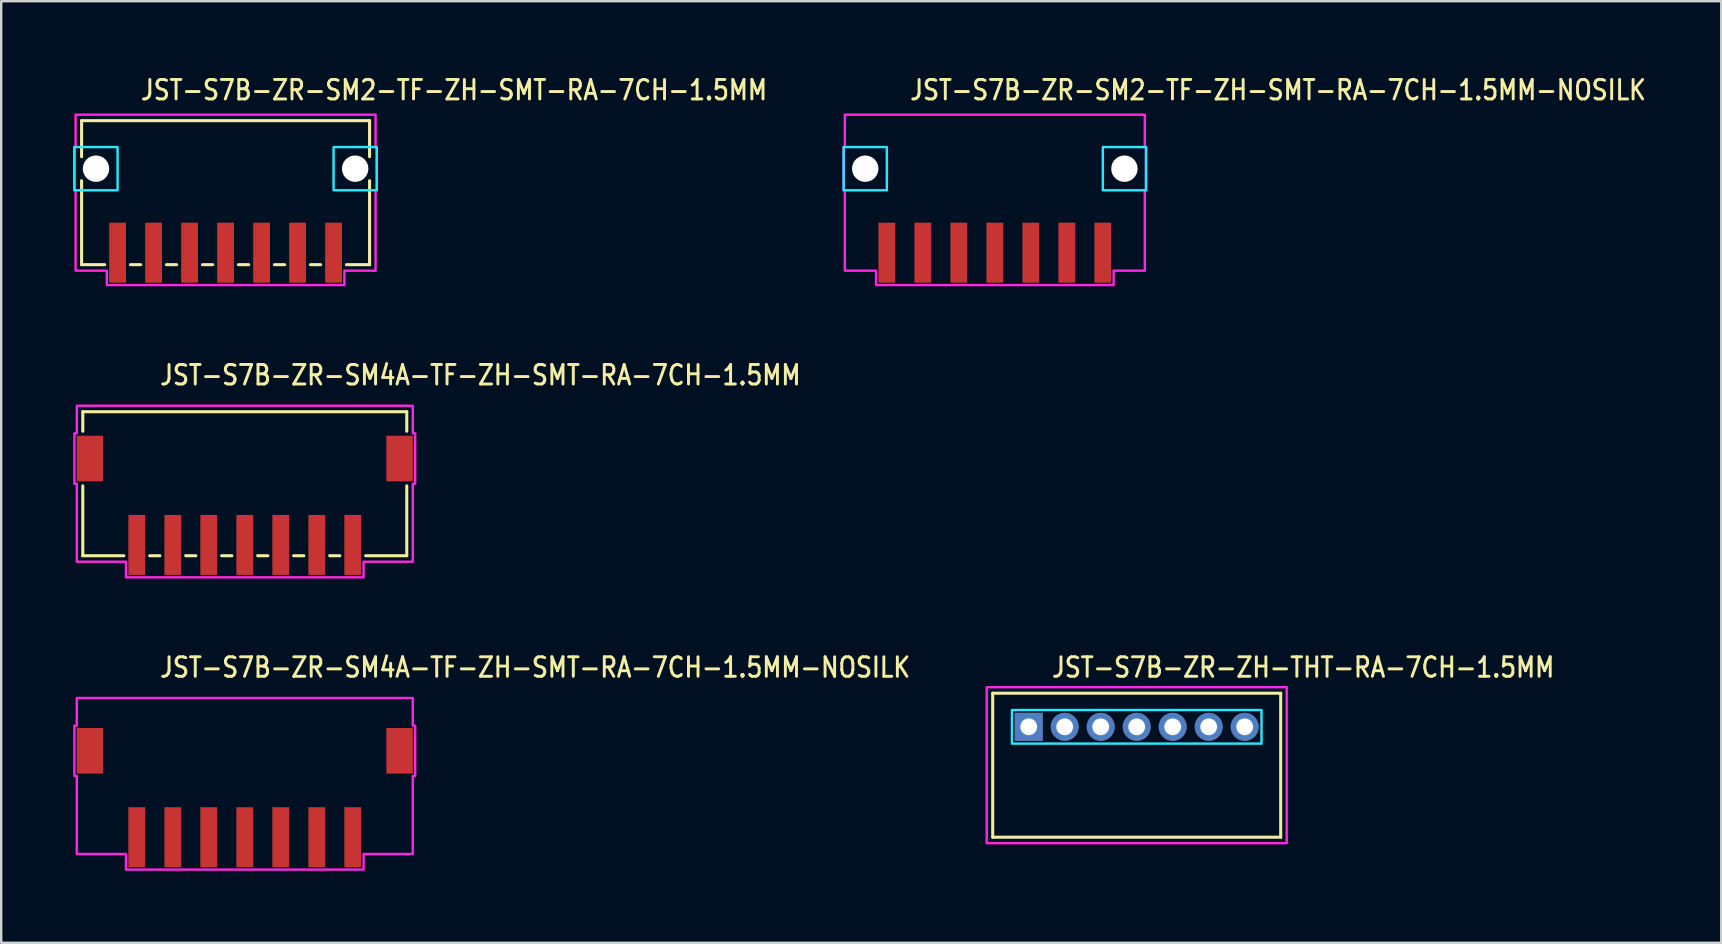
<source format=kicad_pcb>
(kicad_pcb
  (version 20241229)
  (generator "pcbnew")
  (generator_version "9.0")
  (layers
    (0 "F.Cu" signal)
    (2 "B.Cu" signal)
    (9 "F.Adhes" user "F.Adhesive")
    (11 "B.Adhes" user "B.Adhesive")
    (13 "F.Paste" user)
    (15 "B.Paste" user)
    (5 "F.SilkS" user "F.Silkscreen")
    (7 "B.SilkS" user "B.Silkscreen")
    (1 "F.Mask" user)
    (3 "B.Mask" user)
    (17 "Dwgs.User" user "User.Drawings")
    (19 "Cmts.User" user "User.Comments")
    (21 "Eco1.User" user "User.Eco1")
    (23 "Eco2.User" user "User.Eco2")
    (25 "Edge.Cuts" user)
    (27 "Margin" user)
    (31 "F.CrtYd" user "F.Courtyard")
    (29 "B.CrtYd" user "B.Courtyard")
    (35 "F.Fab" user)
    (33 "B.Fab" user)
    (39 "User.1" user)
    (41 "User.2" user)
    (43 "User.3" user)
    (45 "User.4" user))
  (footprint "JST-S7B-ZR-SM2-TF-ZH-SMT-RA-7CH-1.5MM"
    (layer "F.Cu")
    (at 6.35 3.979)
    (property "Reference" "JST-S7B-ZR-SM2-TF-ZH-SMT-RA-7CH-1.5MM" (at -3.6 -2.8 0) (unlocked yes) (layer "F.SilkS") (effects (font (size 0.813 0.695) (thickness 0.122)) (justify left bottom)))
    (fp_line (start -6 -2) (end -6 -0.5) (stroke (width 0.127) (type solid)) (layer "F.SilkS"))
    (fp_line (start -6 -2) (end 6 -2) (stroke (width 0.127) (type solid)) (layer "F.SilkS"))
    (fp_line (start -6 4) (end -6 0.5) (stroke (width 0.127) (type solid)) (layer "F.SilkS"))
    (fp_line (start -6 4) (end -5.037 4) (stroke (width 0.127) (type solid)) (layer "F.SilkS"))
    (fp_line (start -3.963 4) (end -3.537 4) (stroke (width 0.127) (type solid)) (layer "F.SilkS"))
    (fp_line (start -2.463 4) (end -2.037 4) (stroke (width 0.127) (type solid)) (layer "F.SilkS"))
    (fp_line (start -0.964 4) (end -0.536 4) (stroke (width 0.127) (type solid)) (layer "F.SilkS"))
    (fp_line (start 0.536 4) (end 0.964 4) (stroke (width 0.127) (type solid)) (layer "F.SilkS"))
    (fp_line (start 2.037 4) (end 2.463 4) (stroke (width 0.127) (type solid)) (layer "F.SilkS"))
    (fp_line (start 3.537 4) (end 3.963 4) (stroke (width 0.127) (type solid)) (layer "F.SilkS"))
    (fp_line (start 5.037 4) (end 6 4) (stroke (width 0.127) (type solid)) (layer "F.SilkS"))
    (fp_line (start 6 -0.5) (end 6 -2) (stroke (width 0.127) (type solid)) (layer "F.SilkS"))
    (fp_line (start 6 0.5) (end 6 4) (stroke (width 0.127) (type solid)) (layer "F.SilkS"))
    (fp_poly (pts (xy -6.3 -0.9) (xy -6.3 0.9) (xy -4.5 0.9) (xy -4.5 -0.9)) (stroke (width 0.1) (type solid)) (fill no) (layer "B.CrtYd"))
    (fp_poly (pts (xy 6.3 -0.9) (xy 6.3 0.9) (xy 4.5 0.9) (xy 4.5 -0.9)) (stroke (width 0.1) (type solid)) (fill no) (layer "B.CrtYd"))
    (fp_poly (pts (xy -6.25 -2.25) (xy -6.25 -0.9) (xy -6.3 -0.9) (xy -6.3 0.9) (xy -6.25 0.9) (xy -6.25 4.25) (xy -4.95 4.25) (xy -4.95 4.85) (xy 4.95 4.85) (xy 4.95 4.25) (xy 6.25 4.25) (xy 6.25 0.9) (xy 6.3 0.9) (xy 6.3 -0.9) (xy 6.25 -0.9) (xy 6.25 -2.25)) (stroke (width 0.1) (type solid)) (fill no) (layer "F.CrtYd"))
    (pad "" np_thru_hole circle (at -5.4 0) (size 1.1 1.1) (drill 1.1) (layers "*.Cu" "*.Mask"))
    (pad "" np_thru_hole circle (at 5.4 0) (size 1.1 1.1) (drill 1.1) (layers "*.Cu" "*.Mask"))
    (pad "1" smd rect (at 4.5 3.5) (size 0.7 2.5) (layers "F.Cu" "F.Mask" "F.Paste"))
    (pad "2" smd rect (at 3 3.5) (size 0.7 2.5) (layers "F.Cu" "F.Mask" "F.Paste"))
    (pad "3" smd rect (at 1.5 3.5) (size 0.7 2.5) (layers "F.Cu" "F.Mask" "F.Paste"))
    (pad "4" smd rect (at 0 3.5) (size 0.7 2.5) (layers "F.Cu" "F.Mask" "F.Paste"))
    (pad "5" smd rect (at -1.5 3.5) (size 0.7 2.5) (layers "F.Cu" "F.Mask" "F.Paste"))
    (pad "6" smd rect (at -3 3.5) (size 0.7 2.5) (layers "F.Cu" "F.Mask" "F.Paste"))
    (pad "7" smd rect (at -4.5 3.5) (size 0.7 2.5) (layers "F.Cu" "F.Mask" "F.Paste")))
  (footprint "JST-S7B-ZR-ZH-THT-RA-7CH-1.5MM"
    (layer "F.Cu")
    (at 44.316 27.236)
    (property "Reference" "JST-S7B-ZR-ZH-THT-RA-7CH-1.5MM" (at -3.6 -2 0) (unlocked yes) (layer "F.SilkS") (effects (font (size 0.813 0.695) (thickness 0.122)) (justify left bottom)))
    (fp_line (start -6 -1.4) (end 6 -1.4) (stroke (width 0.127) (type solid)) (layer "F.SilkS"))
    (fp_line (start -6 4.6) (end -6 -1.4) (stroke (width 0.127) (type solid)) (layer "F.SilkS"))
    (fp_line (start -6 4.6) (end 6 4.6) (stroke (width 0.127) (type solid)) (layer "F.SilkS"))
    (fp_line (start 6 -1.4) (end 6 4.6) (stroke (width 0.127) (type solid)) (layer "F.SilkS"))
    (fp_poly (pts (xy -5.2 -0.7) (xy -5.2 0.7) (xy 5.2 0.7) (xy 5.2 -0.7)) (stroke (width 0.1) (type solid)) (fill no) (layer "B.CrtYd"))
    (fp_poly (pts (xy -6.25 -1.65) (xy -6.25 4.85) (xy 6.25 4.85) (xy 6.25 -1.65)) (stroke (width 0.1) (type solid)) (fill no) (layer "F.CrtYd"))
    (pad "1" thru_hole rect (at -4.5 0) (size 1.167 1.167) (drill 0.7) (layers "*.Cu" "*.Mask"))
    (pad "2" thru_hole oval (at -3 0) (size 1.167 1.167) (drill 0.7) (layers "*.Cu" "*.Mask"))
    (pad "3" thru_hole oval (at -1.5 0) (size 1.167 1.167) (drill 0.7) (layers "*.Cu" "*.Mask"))
    (pad "4" thru_hole oval (at 0 0) (size 1.167 1.167) (drill 0.7) (layers "*.Cu" "*.Mask"))
    (pad "5" thru_hole oval (at 1.5 0) (size 1.167 1.167) (drill 0.7) (layers "*.Cu" "*.Mask"))
    (pad "6" thru_hole oval (at 3 0) (size 1.167 1.167) (drill 0.7) (layers "*.Cu" "*.Mask"))
    (pad "7" thru_hole oval (at 4.5 0) (size 1.167 1.167) (drill 0.7) (layers "*.Cu" "*.Mask")))
  (footprint "JST-S7B-ZR-SM2-TF-ZH-SMT-RA-7CH-1.5MM-NOSILK"
    (layer "F.Cu")
    (at 38.404 3.979)
    (property "Reference" "JST-S7B-ZR-SM2-TF-ZH-SMT-RA-7CH-1.5MM-NOSILK" (at -3.6 -2.8 0) (unlocked yes) (layer "F.SilkS") (effects (font (size 0.813 0.695) (thickness 0.122)) (justify left bottom)))
    (fp_poly (pts (xy -6.3 -0.9) (xy -6.3 0.9) (xy -4.5 0.9) (xy -4.5 -0.9)) (stroke (width 0.1) (type solid)) (fill no) (layer "B.CrtYd"))
    (fp_poly (pts (xy 6.3 -0.9) (xy 6.3 0.9) (xy 4.5 0.9) (xy 4.5 -0.9)) (stroke (width 0.1) (type solid)) (fill no) (layer "B.CrtYd"))
    (fp_poly (pts (xy -6.25 -2.25) (xy -6.25 -0.9) (xy -6.3 -0.9) (xy -6.3 0.9) (xy -6.25 0.9) (xy -6.25 4.25) (xy -4.95 4.25) (xy -4.95 4.85) (xy 4.95 4.85) (xy 4.95 4.25) (xy 6.25 4.25) (xy 6.25 0.9) (xy 6.3 0.9) (xy 6.3 -0.9) (xy 6.25 -0.9) (xy 6.25 -2.25)) (stroke (width 0.1) (type solid)) (fill no) (layer "F.CrtYd"))
    (pad "" np_thru_hole circle (at -5.4 0) (size 1.1 1.1) (drill 1.1) (layers "*.Cu" "*.Mask"))
    (pad "" np_thru_hole circle (at 5.4 0) (size 1.1 1.1) (drill 1.1) (layers "*.Cu" "*.Mask"))
    (pad "1" smd rect (at 4.5 3.5) (size 0.7 2.5) (layers "F.Cu" "F.Mask" "F.Paste"))
    (pad "2" smd rect (at 3 3.5) (size 0.7 2.5) (layers "F.Cu" "F.Mask" "F.Paste"))
    (pad "3" smd rect (at 1.5 3.5) (size 0.7 2.5) (layers "F.Cu" "F.Mask" "F.Paste"))
    (pad "4" smd rect (at 0 3.5) (size 0.7 2.5) (layers "F.Cu" "F.Mask" "F.Paste"))
    (pad "5" smd rect (at -1.5 3.5) (size 0.7 2.5) (layers "F.Cu" "F.Mask" "F.Paste"))
    (pad "6" smd rect (at -3 3.5) (size 0.7 2.5) (layers "F.Cu" "F.Mask" "F.Paste"))
    (pad "7" smd rect (at -4.5 3.5) (size 0.7 2.5) (layers "F.Cu" "F.Mask" "F.Paste")))
  (footprint "JST-S7B-ZR-SM4A-TF-ZH-SMT-RA-7CH-1.5MM-NOSILK"
    (layer "F.Cu")
    (at 7.15 28.236)
    (property "Reference" "JST-S7B-ZR-SM4A-TF-ZH-SMT-RA-7CH-1.5MM-NOSILK" (at -3.6 -3 0) (unlocked yes) (layer "F.SilkS") (effects (font (size 0.813 0.695) (thickness 0.122)) (justify left bottom)))
    (fp_poly (pts (xy -7 -2.2) (xy -7 -1.05) (xy -7.1 -1.05) (xy -7.1 1.05) (xy -7 1.05) (xy -7 4.3) (xy -4.95 4.3) (xy -4.95 4.95) (xy 4.95 4.95) (xy 4.95 4.3) (xy 7 4.3) (xy 7 1.05) (xy 7.1 1.05) (xy 7.1 -1.05) (xy 7 -1.05) (xy 7 -2.2)) (stroke (width 0.1) (type solid)) (fill no) (layer "F.CrtYd"))
    (pad "1" smd rect (at 4.5 3.6) (size 0.7 2.5) (layers "F.Cu" "F.Mask" "F.Paste"))
    (pad "2" smd rect (at 3 3.6) (size 0.7 2.5) (layers "F.Cu" "F.Mask" "F.Paste"))
    (pad "3" smd rect (at 1.5 3.6) (size 0.7 2.5) (layers "F.Cu" "F.Mask" "F.Paste"))
    (pad "4" smd rect (at 0 3.6) (size 0.7 2.5) (layers "F.Cu" "F.Mask" "F.Paste"))
    (pad "5" smd rect (at -1.5 3.6) (size 0.7 2.5) (layers "F.Cu" "F.Mask" "F.Paste"))
    (pad "6" smd rect (at -3 3.6) (size 0.7 2.5) (layers "F.Cu" "F.Mask" "F.Paste"))
    (pad "7" smd rect (at -4.5 3.6) (size 0.7 2.5) (layers "F.Cu" "F.Mask" "F.Paste"))
    (pad "S_1" smd rect (at -6.45 0) (size 1.1 1.9) (layers "F.Cu" "F.Mask" "F.Paste"))
    (pad "S_2" smd rect (at 6.45 0) (size 1.1 1.9) (layers "F.Cu" "F.Mask" "F.Paste")))
  (footprint "JST-S7B-ZR-SM4A-TF-ZH-SMT-RA-7CH-1.5MM"
    (layer "F.Cu")
    (at 7.15 16.057)
    (property "Reference" "JST-S7B-ZR-SM4A-TF-ZH-SMT-RA-7CH-1.5MM" (at -3.6 -3 0) (unlocked yes) (layer "F.SilkS") (effects (font (size 0.813 0.695) (thickness 0.122)) (justify left bottom)))
    (fp_line (start -6.75 -1.95) (end -6.75 -1.137) (stroke (width 0.127) (type solid)) (layer "F.SilkS"))
    (fp_line (start -6.75 -1.95) (end 6.75 -1.95) (stroke (width 0.127) (type solid)) (layer "F.SilkS"))
    (fp_line (start -6.75 4.05) (end -6.75 1.137) (stroke (width 0.127) (type solid)) (layer "F.SilkS"))
    (fp_line (start -6.75 4.05) (end -5.037 4.05) (stroke (width 0.127) (type solid)) (layer "F.SilkS"))
    (fp_line (start -3.963 4.05) (end -3.537 4.05) (stroke (width 0.127) (type solid)) (layer "F.SilkS"))
    (fp_line (start -2.463 4.05) (end -2.037 4.05) (stroke (width 0.127) (type solid)) (layer "F.SilkS"))
    (fp_line (start -0.964 4.05) (end -0.536 4.05) (stroke (width 0.127) (type solid)) (layer "F.SilkS"))
    (fp_line (start 0.536 4.05) (end 0.964 4.05) (stroke (width 0.127) (type solid)) (layer "F.SilkS"))
    (fp_line (start 2.037 4.05) (end 2.463 4.05) (stroke (width 0.127) (type solid)) (layer "F.SilkS"))
    (fp_line (start 3.537 4.05) (end 3.963 4.05) (stroke (width 0.127) (type solid)) (layer "F.SilkS"))
    (fp_line (start 5.037 4.05) (end 6.75 4.05) (stroke (width 0.127) (type solid)) (layer "F.SilkS"))
    (fp_line (start 6.75 -1.137) (end 6.75 -1.95) (stroke (width 0.127) (type solid)) (layer "F.SilkS"))
    (fp_line (start 6.75 1.137) (end 6.75 4.05) (stroke (width 0.127) (type solid)) (layer "F.SilkS"))
    (fp_poly (pts (xy -7 -2.2) (xy -7 -1.05) (xy -7.1 -1.05) (xy -7.1 1.05) (xy -7 1.05) (xy -7 4.3) (xy -4.95 4.3) (xy -4.95 4.95) (xy 4.95 4.95) (xy 4.95 4.3) (xy 7 4.3) (xy 7 1.05) (xy 7.1 1.05) (xy 7.1 -1.05) (xy 7 -1.05) (xy 7 -2.2)) (stroke (width 0.1) (type solid)) (fill no) (layer "F.CrtYd"))
    (pad "1" smd rect (at 4.5 3.6) (size 0.7 2.5) (layers "F.Cu" "F.Mask" "F.Paste"))
    (pad "2" smd rect (at 3 3.6) (size 0.7 2.5) (layers "F.Cu" "F.Mask" "F.Paste"))
    (pad "3" smd rect (at 1.5 3.6) (size 0.7 2.5) (layers "F.Cu" "F.Mask" "F.Paste"))
    (pad "4" smd rect (at 0 3.6) (size 0.7 2.5) (layers "F.Cu" "F.Mask" "F.Paste"))
    (pad "5" smd rect (at -1.5 3.6) (size 0.7 2.5) (layers "F.Cu" "F.Mask" "F.Paste"))
    (pad "6" smd rect (at -3 3.6) (size 0.7 2.5) (layers "F.Cu" "F.Mask" "F.Paste"))
    (pad "7" smd rect (at -4.5 3.6) (size 0.7 2.5) (layers "F.Cu" "F.Mask" "F.Paste"))
    (pad "S_1" smd rect (at -6.45 0) (size 1.1 1.9) (layers "F.Cu" "F.Mask" "F.Paste"))
    (pad "S_2" smd rect (at 6.45 0) (size 1.1 1.9) (layers "F.Cu" "F.Mask" "F.Paste")))
  (gr_rect
    (start -3 -3)
    (end 68.674 36.236)
    (stroke (width 0.1) (type default))
    (fill no)
    (layer "Edge.Cuts")))
</source>
